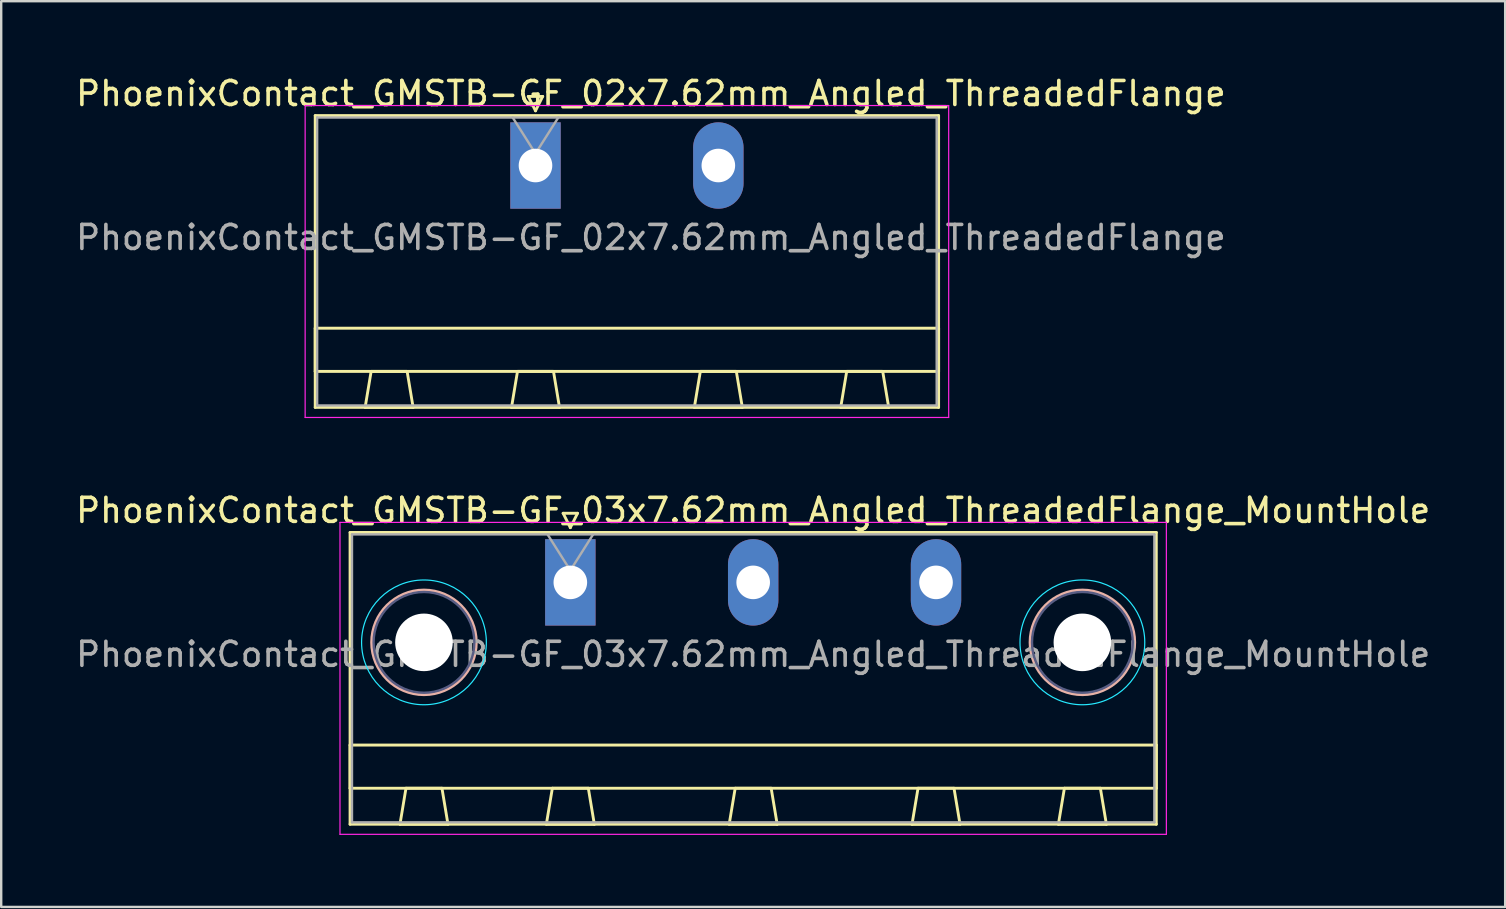
<source format=kicad_pcb>
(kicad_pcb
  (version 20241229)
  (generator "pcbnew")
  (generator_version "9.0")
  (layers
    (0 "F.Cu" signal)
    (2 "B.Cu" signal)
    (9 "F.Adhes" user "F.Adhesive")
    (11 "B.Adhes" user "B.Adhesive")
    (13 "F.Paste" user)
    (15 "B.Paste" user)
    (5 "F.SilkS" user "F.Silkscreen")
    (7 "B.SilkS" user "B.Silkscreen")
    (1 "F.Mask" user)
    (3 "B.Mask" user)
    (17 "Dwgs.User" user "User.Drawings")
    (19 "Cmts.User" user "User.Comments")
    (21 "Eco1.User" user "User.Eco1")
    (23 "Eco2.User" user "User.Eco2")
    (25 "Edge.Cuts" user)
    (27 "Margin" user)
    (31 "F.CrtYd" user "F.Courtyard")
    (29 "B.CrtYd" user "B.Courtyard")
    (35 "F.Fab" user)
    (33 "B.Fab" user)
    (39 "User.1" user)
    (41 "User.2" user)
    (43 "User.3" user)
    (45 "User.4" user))
  (footprint "PhoenixContact_GMSTB-GF_03x7.62mm_Angled_ThreadedFlange_MountHole"
    (layer "F.Cu")
    (at 20.719 21.221)
    (property "Reference" "PhoenixContact_GMSTB-GF_03x7.62mm_Angled_ThreadedFlange_MountHole" (at 7.62 -3 0) (layer "F.SilkS") (effects (font (size 1 1) (thickness 0.15))))
    (attr through_hole)
    (fp_line (start -9.18 -2.08) (end -9.18 10.08) (stroke (width 0.12) (type solid)) (layer "F.SilkS"))
    (fp_line (start -9.18 6.78) (end 24.42 6.78) (stroke (width 0.12) (type solid)) (layer "F.SilkS"))
    (fp_line (start -9.18 8.58) (end -9.18 6.78) (stroke (width 0.12) (type solid)) (layer "F.SilkS"))
    (fp_line (start -9.18 10.08) (end 24.42 10.08) (stroke (width 0.12) (type solid)) (layer "F.SilkS"))
    (fp_line (start -7.1 10.08) (end -5.1 10.08) (stroke (width 0.12) (type solid)) (layer "F.SilkS"))
    (fp_line (start -6.85 8.58) (end -7.1 10.08) (stroke (width 0.12) (type solid)) (layer "F.SilkS"))
    (fp_line (start -5.35 8.58) (end -6.85 8.58) (stroke (width 0.12) (type solid)) (layer "F.SilkS"))
    (fp_line (start -5.1 10.08) (end -5.35 8.58) (stroke (width 0.12) (type solid)) (layer "F.SilkS"))
    (fp_line (start -1 10.08) (end 1 10.08) (stroke (width 0.12) (type solid)) (layer "F.SilkS"))
    (fp_line (start -0.75 8.58) (end -1 10.08) (stroke (width 0.12) (type solid)) (layer "F.SilkS"))
    (fp_line (start -0.3 -2.88) (end 0.3 -2.88) (stroke (width 0.12) (type solid)) (layer "F.SilkS"))
    (fp_line (start 0 -2.28) (end -0.3 -2.88) (stroke (width 0.12) (type solid)) (layer "F.SilkS"))
    (fp_line (start 0.3 -2.88) (end 0 -2.28) (stroke (width 0.12) (type solid)) (layer "F.SilkS"))
    (fp_line (start 0.75 8.58) (end -0.75 8.58) (stroke (width 0.12) (type solid)) (layer "F.SilkS"))
    (fp_line (start 1 10.08) (end 0.75 8.58) (stroke (width 0.12) (type solid)) (layer "F.SilkS"))
    (fp_line (start 6.62 10.08) (end 8.62 10.08) (stroke (width 0.12) (type solid)) (layer "F.SilkS"))
    (fp_line (start 6.87 8.58) (end 6.62 10.08) (stroke (width 0.12) (type solid)) (layer "F.SilkS"))
    (fp_line (start 8.37 8.58) (end 6.87 8.58) (stroke (width 0.12) (type solid)) (layer "F.SilkS"))
    (fp_line (start 8.62 10.08) (end 8.37 8.58) (stroke (width 0.12) (type solid)) (layer "F.SilkS"))
    (fp_line (start 14.24 10.08) (end 16.24 10.08) (stroke (width 0.12) (type solid)) (layer "F.SilkS"))
    (fp_line (start 14.49 8.58) (end 14.24 10.08) (stroke (width 0.12) (type solid)) (layer "F.SilkS"))
    (fp_line (start 15.99 8.58) (end 14.49 8.58) (stroke (width 0.12) (type solid)) (layer "F.SilkS"))
    (fp_line (start 16.24 10.08) (end 15.99 8.58) (stroke (width 0.12) (type solid)) (layer "F.SilkS"))
    (fp_line (start 20.34 10.08) (end 22.34 10.08) (stroke (width 0.12) (type solid)) (layer "F.SilkS"))
    (fp_line (start 20.59 8.58) (end 20.34 10.08) (stroke (width 0.12) (type solid)) (layer "F.SilkS"))
    (fp_line (start 22.09 8.58) (end 20.59 8.58) (stroke (width 0.12) (type solid)) (layer "F.SilkS"))
    (fp_line (start 22.34 10.08) (end 22.09 8.58) (stroke (width 0.12) (type solid)) (layer "F.SilkS"))
    (fp_line (start 24.42 -2.08) (end -9.18 -2.08) (stroke (width 0.12) (type solid)) (layer "F.SilkS"))
    (fp_line (start 24.42 6.78) (end 24.42 8.58) (stroke (width 0.12) (type solid)) (layer "F.SilkS"))
    (fp_line (start 24.42 8.58) (end -9.18 8.58) (stroke (width 0.12) (type solid)) (layer "F.SilkS"))
    (fp_line (start 24.42 10.08) (end 24.42 -2.08) (stroke (width 0.12) (type solid)) (layer "F.SilkS"))
    (fp_circle (center -6.1 2.5) (end -3.92 2.5) (stroke (width 0.12) (type solid)) (fill no) (layer "B.SilkS"))
    (fp_circle (center 21.34 2.5) (end 23.52 2.5) (stroke (width 0.12) (type solid)) (fill no) (layer "B.SilkS"))
    (fp_circle (center -6.1 2.5) (end -3.5 2.5) (stroke (width 0.05) (type solid)) (fill no) (layer "B.CrtYd"))
    (fp_circle (center 21.34 2.5) (end 23.94 2.5) (stroke (width 0.05) (type solid)) (fill no) (layer "B.CrtYd"))
    (fp_line (start -9.6 -2.5) (end -9.6 10.5) (stroke (width 0.05) (type solid)) (layer "F.CrtYd"))
    (fp_line (start -9.6 10.5) (end 24.84 10.5) (stroke (width 0.05) (type solid)) (layer "F.CrtYd"))
    (fp_line (start 24.84 -2.5) (end -9.6 -2.5) (stroke (width 0.05) (type solid)) (layer "F.CrtYd"))
    (fp_line (start 24.84 10.5) (end 24.84 -2.5) (stroke (width 0.05) (type solid)) (layer "F.CrtYd"))
    (fp_circle (center -6.1 2.5) (end -4 2.5) (stroke (width 0.1) (type solid)) (fill no) (layer "B.Fab"))
    (fp_circle (center 21.34 2.5) (end 23.44 2.5) (stroke (width 0.1) (type solid)) (fill no) (layer "B.Fab"))
    (fp_line (start -9.1 -2) (end -9.1 10) (stroke (width 0.1) (type solid)) (layer "F.Fab"))
    (fp_line (start -9.1 10) (end 24.34 10) (stroke (width 0.1) (type solid)) (layer "F.Fab"))
    (fp_line (start 0 -0.5) (end -0.95 -2) (stroke (width 0.1) (type solid)) (layer "F.Fab"))
    (fp_line (start 0.95 -2) (end 0 -0.5) (stroke (width 0.1) (type solid)) (layer "F.Fab"))
    (fp_line (start 24.34 -2) (end -9.1 -2) (stroke (width 0.1) (type solid)) (layer "F.Fab"))
    (fp_line (start 24.34 10) (end 24.34 -2) (stroke (width 0.1) (type solid)) (layer "F.Fab"))
    (fp_text user "${REFERENCE}" (at 7.62 3 0) (layer "F.Fab") (effects (font (size 1 1) (thickness 0.15))))
    (pad "" np_thru_hole circle (at -6.1 2.5) (size 2.4 2.4) (drill 2.4) (layers "*.Cu" "*.Mask"))
    (pad "" np_thru_hole circle (at 21.34 2.5) (size 2.4 2.4) (drill 2.4) (layers "*.Cu" "*.Mask"))
    (pad "1" thru_hole rect (at 0 0) (size 2.1 3.6) (drill 1.4) (layers "*.Cu" "*.Mask"))
    (pad "2" thru_hole oval (at 7.62 0) (size 2.1 3.6) (drill 1.4) (layers "*.Cu" "*.Mask"))
    (pad "3" thru_hole oval (at 15.24 0) (size 2.1 3.6) (drill 1.4) (layers "*.Cu" "*.Mask")))
  (footprint "PhoenixContact_GMSTB-GF_02x7.62mm_Angled_ThreadedFlange"
    (layer "F.Cu")
    (at 19.267 3.848)
    (property "Reference" "PhoenixContact_GMSTB-GF_02x7.62mm_Angled_ThreadedFlange" (at 4.81 -3 0) (layer "F.SilkS") (effects (font (size 1 1) (thickness 0.15))))
    (attr through_hole)
    (fp_line (start -9.18 -2.08) (end -9.18 10.08) (stroke (width 0.12) (type solid)) (layer "F.SilkS"))
    (fp_line (start -9.18 6.78) (end 16.8 6.78) (stroke (width 0.12) (type solid)) (layer "F.SilkS"))
    (fp_line (start -9.18 8.58) (end -9.18 6.78) (stroke (width 0.12) (type solid)) (layer "F.SilkS"))
    (fp_line (start -9.18 10.08) (end 16.8 10.08) (stroke (width 0.12) (type solid)) (layer "F.SilkS"))
    (fp_line (start -7.1 10.08) (end -5.1 10.08) (stroke (width 0.12) (type solid)) (layer "F.SilkS"))
    (fp_line (start -6.85 8.58) (end -7.1 10.08) (stroke (width 0.12) (type solid)) (layer "F.SilkS"))
    (fp_line (start -5.35 8.58) (end -6.85 8.58) (stroke (width 0.12) (type solid)) (layer "F.SilkS"))
    (fp_line (start -5.1 10.08) (end -5.35 8.58) (stroke (width 0.12) (type solid)) (layer "F.SilkS"))
    (fp_line (start -1 10.08) (end 1 10.08) (stroke (width 0.12) (type solid)) (layer "F.SilkS"))
    (fp_line (start -0.75 8.58) (end -1 10.08) (stroke (width 0.12) (type solid)) (layer "F.SilkS"))
    (fp_line (start -0.3 -2.88) (end 0.3 -2.88) (stroke (width 0.12) (type solid)) (layer "F.SilkS"))
    (fp_line (start 0 -2.28) (end -0.3 -2.88) (stroke (width 0.12) (type solid)) (layer "F.SilkS"))
    (fp_line (start 0.3 -2.88) (end 0 -2.28) (stroke (width 0.12) (type solid)) (layer "F.SilkS"))
    (fp_line (start 0.75 8.58) (end -0.75 8.58) (stroke (width 0.12) (type solid)) (layer "F.SilkS"))
    (fp_line (start 1 10.08) (end 0.75 8.58) (stroke (width 0.12) (type solid)) (layer "F.SilkS"))
    (fp_line (start 6.62 10.08) (end 8.62 10.08) (stroke (width 0.12) (type solid)) (layer "F.SilkS"))
    (fp_line (start 6.87 8.58) (end 6.62 10.08) (stroke (width 0.12) (type solid)) (layer "F.SilkS"))
    (fp_line (start 8.37 8.58) (end 6.87 8.58) (stroke (width 0.12) (type solid)) (layer "F.SilkS"))
    (fp_line (start 8.62 10.08) (end 8.37 8.58) (stroke (width 0.12) (type solid)) (layer "F.SilkS"))
    (fp_line (start 12.72 10.08) (end 14.72 10.08) (stroke (width 0.12) (type solid)) (layer "F.SilkS"))
    (fp_line (start 12.97 8.58) (end 12.72 10.08) (stroke (width 0.12) (type solid)) (layer "F.SilkS"))
    (fp_line (start 14.47 8.58) (end 12.97 8.58) (stroke (width 0.12) (type solid)) (layer "F.SilkS"))
    (fp_line (start 14.72 10.08) (end 14.47 8.58) (stroke (width 0.12) (type solid)) (layer "F.SilkS"))
    (fp_line (start 16.8 -2.08) (end -9.18 -2.08) (stroke (width 0.12) (type solid)) (layer "F.SilkS"))
    (fp_line (start 16.8 6.78) (end 16.8 8.58) (stroke (width 0.12) (type solid)) (layer "F.SilkS"))
    (fp_line (start 16.8 8.58) (end -9.18 8.58) (stroke (width 0.12) (type solid)) (layer "F.SilkS"))
    (fp_line (start 16.8 10.08) (end 16.8 -2.08) (stroke (width 0.12) (type solid)) (layer "F.SilkS"))
    (fp_line (start -9.6 -2.5) (end -9.6 10.5) (stroke (width 0.05) (type solid)) (layer "F.CrtYd"))
    (fp_line (start -9.6 10.5) (end 17.22 10.5) (stroke (width 0.05) (type solid)) (layer "F.CrtYd"))
    (fp_line (start 17.22 -2.5) (end -9.6 -2.5) (stroke (width 0.05) (type solid)) (layer "F.CrtYd"))
    (fp_line (start 17.22 10.5) (end 17.22 -2.5) (stroke (width 0.05) (type solid)) (layer "F.CrtYd"))
    (fp_line (start -9.1 -2) (end -9.1 10) (stroke (width 0.1) (type solid)) (layer "F.Fab"))
    (fp_line (start -9.1 10) (end 16.72 10) (stroke (width 0.1) (type solid)) (layer "F.Fab"))
    (fp_line (start 0 -0.5) (end -0.95 -2) (stroke (width 0.1) (type solid)) (layer "F.Fab"))
    (fp_line (start 0.95 -2) (end 0 -0.5) (stroke (width 0.1) (type solid)) (layer "F.Fab"))
    (fp_line (start 16.72 -2) (end -9.1 -2) (stroke (width 0.1) (type solid)) (layer "F.Fab"))
    (fp_line (start 16.72 10) (end 16.72 -2) (stroke (width 0.1) (type solid)) (layer "F.Fab"))
    (fp_text user "${REFERENCE}" (at 4.81 3 0) (layer "F.Fab") (effects (font (size 1 1) (thickness 0.15))))
    (pad "1" thru_hole rect (at 0 0) (size 2.1 3.6) (drill 1.4) (layers "*.Cu" "*.Mask"))
    (pad "2" thru_hole oval (at 7.62 0) (size 2.1 3.6) (drill 1.4) (layers "*.Cu" "*.Mask")))
  (gr_rect
    (start -3 -3)
    (end 59.679 34.746)
    (stroke (width 0.1) (type default))
    (fill no)
    (layer "Edge.Cuts")))
</source>
